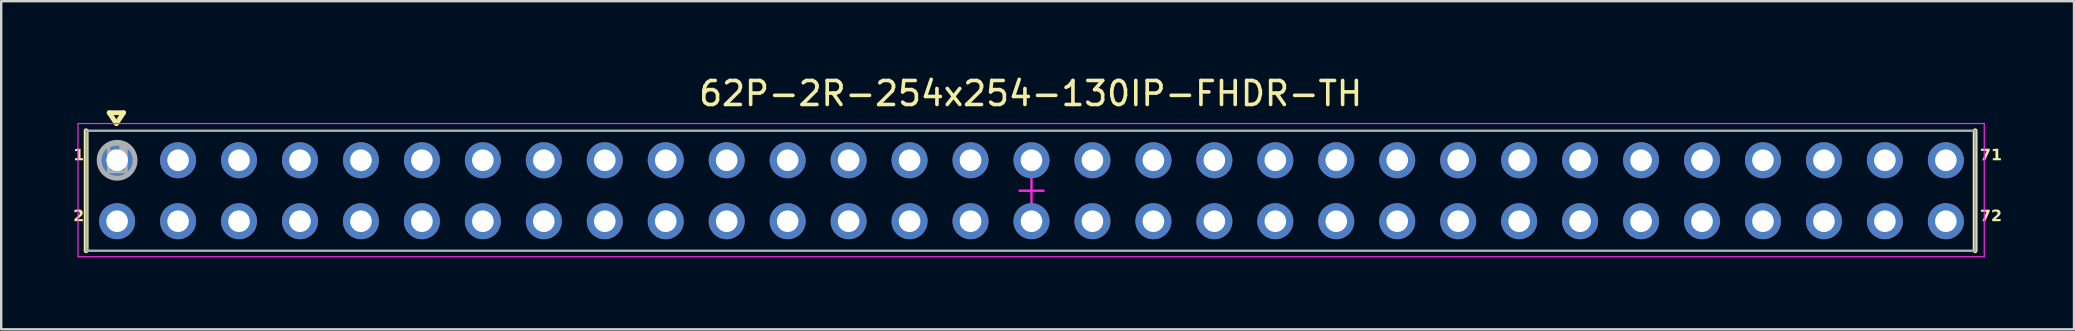
<source format=kicad_pcb>
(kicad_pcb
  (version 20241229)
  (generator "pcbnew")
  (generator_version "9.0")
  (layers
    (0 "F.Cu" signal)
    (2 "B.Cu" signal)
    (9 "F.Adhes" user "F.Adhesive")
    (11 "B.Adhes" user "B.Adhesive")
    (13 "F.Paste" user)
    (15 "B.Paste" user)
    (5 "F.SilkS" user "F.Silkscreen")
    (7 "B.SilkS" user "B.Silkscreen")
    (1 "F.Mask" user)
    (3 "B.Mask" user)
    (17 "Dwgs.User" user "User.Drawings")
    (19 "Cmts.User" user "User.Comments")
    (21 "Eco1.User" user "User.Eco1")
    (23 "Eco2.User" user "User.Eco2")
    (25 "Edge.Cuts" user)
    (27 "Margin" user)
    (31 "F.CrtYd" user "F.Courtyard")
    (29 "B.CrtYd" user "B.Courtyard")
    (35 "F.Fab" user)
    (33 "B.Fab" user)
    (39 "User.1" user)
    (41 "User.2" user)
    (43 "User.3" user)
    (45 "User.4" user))
  (footprint "62P-2R-254x254-130IP-FHDR-TH"
    (layer "F.Cu")
    (at 39.93 4.898)
    (property "Reference" "62P-2R-254x254-130IP-FHDR-TH" (at -0.035 -4.05 0) (layer "F.SilkS") (effects (font (size 1 1) (thickness 0.15))))
    (fp_line (start -39.39 2.5) (end -39.39 -2.5) (stroke (width 0.2) (type solid)) (layer "F.SilkS"))
    (fp_line (start -38.43 -3.25) (end -38.13 -2.8) (stroke (width 0.2) (type solid)) (layer "F.SilkS"))
    (fp_line (start -38.43 -3.25) (end -37.83 -3.25) (stroke (width 0.2) (type solid)) (layer "F.SilkS"))
    (fp_line (start -38.13 -2.8) (end -37.83 -3.25) (stroke (width 0.2) (type solid)) (layer "F.SilkS"))
    (fp_line (start 39.32 2.5) (end 39.32 -2.5) (stroke (width 0.2) (type solid)) (layer "F.SilkS"))
    (fp_line (start -39.73 -2.8) (end 39.7 -2.8) (stroke (width 0.05) (type solid)) (layer "F.CrtYd"))
    (fp_line (start -39.73 2.75) (end -39.73 -2.8) (stroke (width 0.05) (type solid)) (layer "F.CrtYd"))
    (fp_line (start -39.73 2.75) (end 39.7 2.75) (stroke (width 0.05) (type solid)) (layer "F.CrtYd"))
    (fp_line (start -0.5 0) (end 0.5 0) (stroke (width 0.1) (type solid)) (layer "F.CrtYd"))
    (fp_line (start 0 0.5) (end 0 -0.5) (stroke (width 0.1) (type solid)) (layer "F.CrtYd"))
    (fp_line (start 39.7 2.75) (end 39.7 -2.8) (stroke (width 0.05) (type solid)) (layer "F.CrtYd"))
    (fp_line (start -39.38 -2.5) (end 39.32 -2.5) (stroke (width 0.1) (type solid)) (layer "F.Fab"))
    (fp_line (start -39.38 2.5) (end -39.38 -2.5) (stroke (width 0.1) (type solid)) (layer "F.Fab"))
    (fp_line (start -39.38 2.5) (end 39.32 2.5) (stroke (width 0.1) (type solid)) (layer "F.Fab"))
    (fp_line (start 39.32 2.5) (end 39.32 -2.5) (stroke (width 0.1) (type solid)) (layer "F.Fab"))
    (fp_circle (center -38.1 -1.27) (end -38.1 -2.02) (stroke (width 0.2) (type solid)) (fill no) (layer "F.Fab"))
    (fp_text user "72" (at 39.52 1.35 0) (unlocked yes) (layer "F.SilkS") (effects (font (face "Arial Black") (size 0.472 0.472) (thickness 0.1)) (justify left bottom)))
    (fp_text user "1" (at -39.93 -1.19 0) (unlocked yes) (layer "F.SilkS") (effects (font (face "Arial Black") (size 0.472 0.472) (thickness 0.1)) (justify left bottom)))
    (fp_text user "2" (at -39.93 1.35 0) (unlocked yes) (layer "F.SilkS") (effects (font (face "Arial Black") (size 0.472 0.472) (thickness 0.1)) (justify left bottom)))
    (fp_text user "71" (at 39.52 -1.19 0) (unlocked yes) (layer "F.SilkS") (effects (font (face "Arial Black") (size 0.472 0.472) (thickness 0.1)) (justify left bottom)))
    (fp_text user "1" (at -38.1 -1.27 0) (unlocked yes) (layer "F.Fab" knockout) (effects (font (face "Arial") (size 1 1) (thickness 0.254))))
    (pad "1" thru_hole circle (at -38.1 -1.27 180) (size 1.5 1.5) (drill 0.9) (layers "*.Cu" "*.Mask"))
    (pad "2" thru_hole circle (at -38.1 1.27 270) (size 1.5 1.5) (drill 0.9) (layers "*.Cu" "*.Mask"))
    (pad "3" thru_hole circle (at -35.56 -1.27 180) (size 1.5 1.5) (drill 0.9) (layers "*.Cu" "*.Mask"))
    (pad "4" thru_hole circle (at -35.56 1.27 270) (size 1.5 1.5) (drill 0.9) (layers "*.Cu" "*.Mask"))
    (pad "5" thru_hole circle (at -33.02 -1.27 180) (size 1.5 1.5) (drill 0.9) (layers "*.Cu" "*.Mask"))
    (pad "6" thru_hole circle (at -33.02 1.27 270) (size 1.5 1.5) (drill 0.9) (layers "*.Cu" "*.Mask"))
    (pad "7" thru_hole circle (at -30.48 -1.27 180) (size 1.5 1.5) (drill 0.9) (layers "*.Cu" "*.Mask"))
    (pad "8" thru_hole circle (at -30.48 1.27 270) (size 1.5 1.5) (drill 0.9) (layers "*.Cu" "*.Mask"))
    (pad "9" thru_hole circle (at -27.94 -1.27 180) (size 1.5 1.5) (drill 0.9) (layers "*.Cu" "*.Mask"))
    (pad "10" thru_hole circle (at -27.94 1.27 270) (size 1.5 1.5) (drill 0.9) (layers "*.Cu" "*.Mask"))
    (pad "11" thru_hole circle (at -25.4 -1.27 180) (size 1.5 1.5) (drill 0.9) (layers "*.Cu" "*.Mask"))
    (pad "12" thru_hole circle (at -25.4 1.27 270) (size 1.5 1.5) (drill 0.9) (layers "*.Cu" "*.Mask"))
    (pad "13" thru_hole circle (at -22.86 -1.27 180) (size 1.5 1.5) (drill 0.9) (layers "*.Cu" "*.Mask"))
    (pad "14" thru_hole circle (at -22.86 1.27 270) (size 1.5 1.5) (drill 0.9) (layers "*.Cu" "*.Mask"))
    (pad "15" thru_hole circle (at -20.32 -1.27 180) (size 1.5 1.5) (drill 0.9) (layers "*.Cu" "*.Mask"))
    (pad "16" thru_hole circle (at -20.32 1.27 270) (size 1.5 1.5) (drill 0.9) (layers "*.Cu" "*.Mask"))
    (pad "17" thru_hole circle (at -17.78 -1.27 180) (size 1.5 1.5) (drill 0.9) (layers "*.Cu" "*.Mask"))
    (pad "18" thru_hole circle (at -17.78 1.27 270) (size 1.5 1.5) (drill 0.9) (layers "*.Cu" "*.Mask"))
    (pad "19" thru_hole circle (at -15.24 -1.27 180) (size 1.5 1.5) (drill 0.9) (layers "*.Cu" "*.Mask"))
    (pad "20" thru_hole circle (at -15.24 1.27 270) (size 1.5 1.5) (drill 0.9) (layers "*.Cu" "*.Mask"))
    (pad "21" thru_hole circle (at -12.7 -1.27 180) (size 1.5 1.5) (drill 0.9) (layers "*.Cu" "*.Mask"))
    (pad "22" thru_hole circle (at -12.7 1.27 270) (size 1.5 1.5) (drill 0.9) (layers "*.Cu" "*.Mask"))
    (pad "23" thru_hole circle (at -10.16 -1.27 180) (size 1.5 1.5) (drill 0.9) (layers "*.Cu" "*.Mask"))
    (pad "24" thru_hole circle (at -10.16 1.27 270) (size 1.5 1.5) (drill 0.9) (layers "*.Cu" "*.Mask"))
    (pad "25" thru_hole circle (at -7.62 -1.27 180) (size 1.5 1.5) (drill 0.9) (layers "*.Cu" "*.Mask"))
    (pad "26" thru_hole circle (at -7.62 1.27 270) (size 1.5 1.5) (drill 0.9) (layers "*.Cu" "*.Mask"))
    (pad "27" thru_hole circle (at -5.08 -1.27 180) (size 1.5 1.5) (drill 0.9) (layers "*.Cu" "*.Mask"))
    (pad "28" thru_hole circle (at -5.08 1.27 270) (size 1.5 1.5) (drill 0.9) (layers "*.Cu" "*.Mask"))
    (pad "29" thru_hole circle (at -2.54 -1.27 180) (size 1.5 1.5) (drill 0.9) (layers "*.Cu" "*.Mask"))
    (pad "30" thru_hole circle (at -2.54 1.27 270) (size 1.5 1.5) (drill 0.9) (layers "*.Cu" "*.Mask"))
    (pad "31" thru_hole circle (at 0 -1.27 180) (size 1.5 1.5) (drill 0.9) (layers "*.Cu" "*.Mask"))
    (pad "32" thru_hole circle (at 0 1.27 270) (size 1.5 1.5) (drill 0.9) (layers "*.Cu" "*.Mask"))
    (pad "33" thru_hole circle (at 2.54 -1.27 180) (size 1.5 1.5) (drill 0.9) (layers "*.Cu" "*.Mask"))
    (pad "34" thru_hole circle (at 2.54 1.27 270) (size 1.5 1.5) (drill 0.9) (layers "*.Cu" "*.Mask"))
    (pad "35" thru_hole circle (at 5.08 -1.27 180) (size 1.5 1.5) (drill 0.9) (layers "*.Cu" "*.Mask"))
    (pad "36" thru_hole circle (at 5.08 1.27 270) (size 1.5 1.5) (drill 0.9) (layers "*.Cu" "*.Mask"))
    (pad "37" thru_hole circle (at 7.62 -1.27 180) (size 1.5 1.5) (drill 0.9) (layers "*.Cu" "*.Mask"))
    (pad "38" thru_hole circle (at 7.62 1.27 270) (size 1.5 1.5) (drill 0.9) (layers "*.Cu" "*.Mask"))
    (pad "39" thru_hole circle (at 10.16 -1.27 180) (size 1.5 1.5) (drill 0.9) (layers "*.Cu" "*.Mask"))
    (pad "40" thru_hole circle (at 10.16 1.27 270) (size 1.5 1.5) (drill 0.9) (layers "*.Cu" "*.Mask"))
    (pad "41" thru_hole circle (at 12.7 -1.27 180) (size 1.5 1.5) (drill 0.9) (layers "*.Cu" "*.Mask"))
    (pad "42" thru_hole circle (at 12.7 1.27 270) (size 1.5 1.5) (drill 0.9) (layers "*.Cu" "*.Mask"))
    (pad "43" thru_hole circle (at 15.24 -1.27 180) (size 1.5 1.5) (drill 0.9) (layers "*.Cu" "*.Mask"))
    (pad "44" thru_hole circle (at 15.24 1.27 270) (size 1.5 1.5) (drill 0.9) (layers "*.Cu" "*.Mask"))
    (pad "45" thru_hole circle (at 17.78 -1.27 180) (size 1.5 1.5) (drill 0.9) (layers "*.Cu" "*.Mask"))
    (pad "46" thru_hole circle (at 17.78 1.27 270) (size 1.5 1.5) (drill 0.9) (layers "*.Cu" "*.Mask"))
    (pad "47" thru_hole circle (at 20.32 -1.27 180) (size 1.5 1.5) (drill 0.9) (layers "*.Cu" "*.Mask"))
    (pad "48" thru_hole circle (at 20.32 1.27 270) (size 1.5 1.5) (drill 0.9) (layers "*.Cu" "*.Mask"))
    (pad "49" thru_hole circle (at 22.86 -1.27 180) (size 1.5 1.5) (drill 0.9) (layers "*.Cu" "*.Mask"))
    (pad "50" thru_hole circle (at 22.86 1.27 270) (size 1.5 1.5) (drill 0.9) (layers "*.Cu" "*.Mask"))
    (pad "51" thru_hole circle (at 25.4 -1.27 180) (size 1.5 1.5) (drill 0.9) (layers "*.Cu" "*.Mask"))
    (pad "52" thru_hole circle (at 25.4 1.27 270) (size 1.5 1.5) (drill 0.9) (layers "*.Cu" "*.Mask"))
    (pad "53" thru_hole circle (at 27.94 -1.27 180) (size 1.5 1.5) (drill 0.9) (layers "*.Cu" "*.Mask"))
    (pad "54" thru_hole circle (at 27.94 1.27 270) (size 1.5 1.5) (drill 0.9) (layers "*.Cu" "*.Mask"))
    (pad "55" thru_hole circle (at 30.48 -1.27 180) (size 1.5 1.5) (drill 0.9) (layers "*.Cu" "*.Mask"))
    (pad "56" thru_hole circle (at 30.48 1.27 270) (size 1.5 1.5) (drill 0.9) (layers "*.Cu" "*.Mask"))
    (pad "57" thru_hole circle (at 33.02 -1.27 180) (size 1.5 1.5) (drill 0.9) (layers "*.Cu" "*.Mask"))
    (pad "58" thru_hole circle (at 33.02 1.27 270) (size 1.5 1.5) (drill 0.9) (layers "*.Cu" "*.Mask"))
    (pad "59" thru_hole circle (at 35.56 -1.27 180) (size 1.5 1.5) (drill 0.9) (layers "*.Cu" "*.Mask"))
    (pad "60" thru_hole circle (at 35.56 1.27 270) (size 1.5 1.5) (drill 0.9) (layers "*.Cu" "*.Mask"))
    (pad "61" thru_hole circle (at 38.1 -1.27 180) (size 1.5 1.5) (drill 0.9) (layers "*.Cu" "*.Mask"))
    (pad "62" thru_hole circle (at 38.1 1.27 270) (size 1.5 1.5) (drill 0.9) (layers "*.Cu" "*.Mask")))
  (gr_rect
    (start -3 -3)
    (end 83.37 10.673)
    (stroke (width 0.1) (type default))
    (fill no)
    (layer "Edge.Cuts")))
</source>
